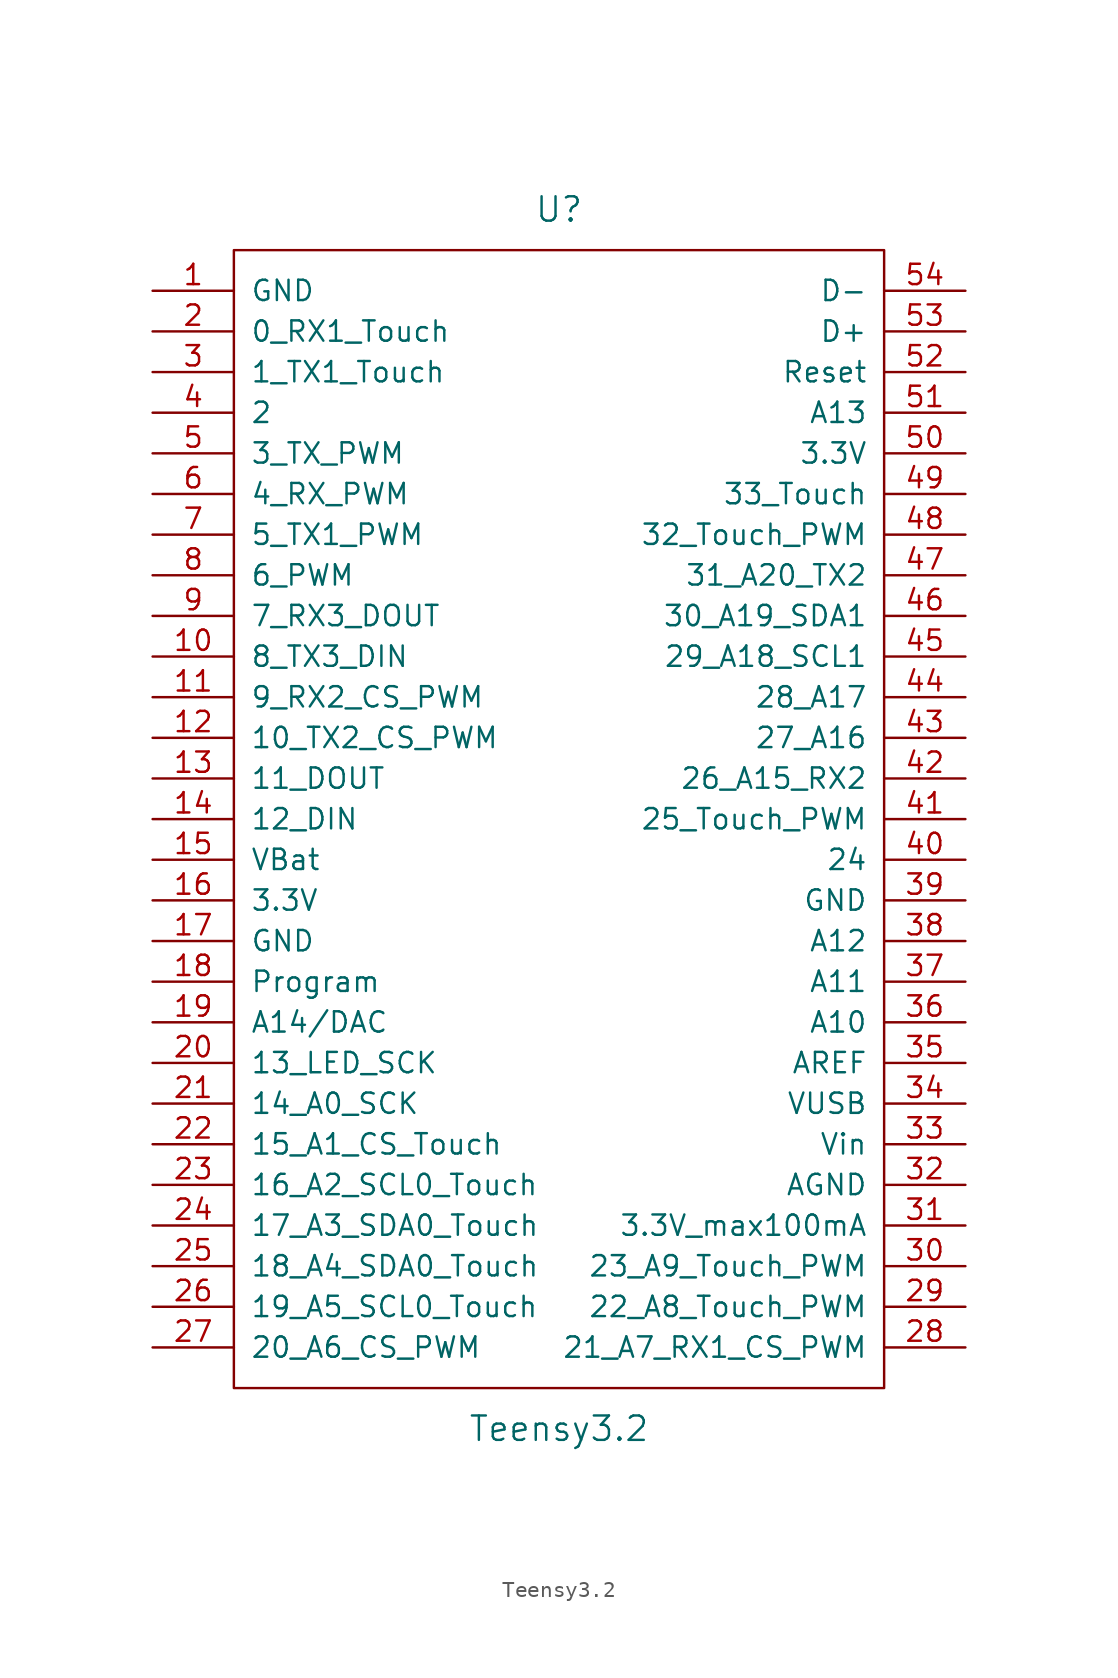
<source format=kicad_sym>
(kicad_symbol_lib
  (version 20211014)
  (generator kicad_symbol_editor)
  (symbol "Teensy3.2"
    (pin_names
      (offset 1.016))
    (property "Reference" "U"
      (at 0 38.1 0)
      (effects (font (size 1.524 1.524))))
    (property "Value" "Teensy3.2"
      (at 0 -38.1 0)
      (effects (font (size 1.524 1.524))))
    (property "Footprint" ""
      (at 0 -20.32 0)
      (effects (font (size 1.524 1.524))))
    (property "Datasheet" ""
      (at 0 -20.32 0)
      (effects (font (size 1.524 1.524))))
    (symbol "Teensy3.2_0_1"
      (rectangle (start -20.32 35.56) (end 20.32 -35.56) (stroke (width 0) (type default)) (fill (type none))))
    (symbol "Teensy3.2_1_1"
      (pin power_in line (at -25.4 33.02 0) (length 5.08) (name "GND" (effects (font (size 1.27 1.27)))) (number "1" (effects (font (size 1.27 1.27)))))
      (pin bidirectional line (at -25.4 10.16 0) (length 5.08) (name "8_TX3_DIN" (effects (font (size 1.27 1.27)))) (number "10" (effects (font (size 1.27 1.27)))))
      (pin bidirectional line (at -25.4 7.62 0) (length 5.08) (name "9_RX2_CS_PWM" (effects (font (size 1.27 1.27)))) (number "11" (effects (font (size 1.27 1.27)))))
      (pin bidirectional line (at -25.4 5.08 0) (length 5.08) (name "10_TX2_CS_PWM" (effects (font (size 1.27 1.27)))) (number "12" (effects (font (size 1.27 1.27)))))
      (pin bidirectional line (at -25.4 2.54 0) (length 5.08) (name "11_DOUT" (effects (font (size 1.27 1.27)))) (number "13" (effects (font (size 1.27 1.27)))))
      (pin bidirectional line (at -25.4 0 0) (length 5.08) (name "12_DIN" (effects (font (size 1.27 1.27)))) (number "14" (effects (font (size 1.27 1.27)))))
      (pin power_in line (at -25.4 -2.54 0) (length 5.08) (name "VBat" (effects (font (size 1.27 1.27)))) (number "15" (effects (font (size 1.27 1.27)))))
      (pin power_in line (at -25.4 -5.08 0) (length 5.08) (name "3.3V" (effects (font (size 1.27 1.27)))) (number "16" (effects (font (size 1.27 1.27)))))
      (pin power_in line (at -25.4 -7.62 0) (length 5.08) (name "GND" (effects (font (size 1.27 1.27)))) (number "17" (effects (font (size 1.27 1.27)))))
      (pin input line (at -25.4 -10.16 0) (length 5.08) (name "Program" (effects (font (size 1.27 1.27)))) (number "18" (effects (font (size 1.27 1.27)))))
      (pin bidirectional line (at -25.4 -12.7 0) (length 5.08) (name "A14/DAC" (effects (font (size 1.27 1.27)))) (number "19" (effects (font (size 1.27 1.27)))))
      (pin bidirectional line (at -25.4 30.48 0) (length 5.08) (name "0_RX1_Touch" (effects (font (size 1.27 1.27)))) (number "2" (effects (font (size 1.27 1.27)))))
      (pin bidirectional line (at -25.4 -15.24 0) (length 5.08) (name "13_LED_SCK" (effects (font (size 1.27 1.27)))) (number "20" (effects (font (size 1.27 1.27)))))
      (pin bidirectional line (at -25.4 -17.78 0) (length 5.08) (name "14_A0_SCK" (effects (font (size 1.27 1.27)))) (number "21" (effects (font (size 1.27 1.27)))))
      (pin bidirectional line (at -25.4 -20.32 0) (length 5.08) (name "15_A1_CS_Touch" (effects (font (size 1.27 1.27)))) (number "22" (effects (font (size 1.27 1.27)))))
      (pin bidirectional line (at -25.4 -22.86 0) (length 5.08) (name "16_A2_SCL0_Touch" (effects (font (size 1.27 1.27)))) (number "23" (effects (font (size 1.27 1.27)))))
      (pin bidirectional line (at -25.4 -25.4 0) (length 5.08) (name "17_A3_SDA0_Touch" (effects (font (size 1.27 1.27)))) (number "24" (effects (font (size 1.27 1.27)))))
      (pin bidirectional line (at -25.4 -27.94 0) (length 5.08) (name "18_A4_SDA0_Touch" (effects (font (size 1.27 1.27)))) (number "25" (effects (font (size 1.27 1.27)))))
      (pin bidirectional line (at -25.4 -30.48 0) (length 5.08) (name "19_A5_SCL0_Touch" (effects (font (size 1.27 1.27)))) (number "26" (effects (font (size 1.27 1.27)))))
      (pin bidirectional line (at -25.4 -33.02 0) (length 5.08) (name "20_A6_CS_PWM" (effects (font (size 1.27 1.27)))) (number "27" (effects (font (size 1.27 1.27)))))
      (pin bidirectional line (at 25.4 -33.02 180) (length 5.08) (name "21_A7_RX1_CS_PWM" (effects (font (size 1.27 1.27)))) (number "28" (effects (font (size 1.27 1.27)))))
      (pin bidirectional line (at 25.4 -30.48 180) (length 5.08) (name "22_A8_Touch_PWM" (effects (font (size 1.27 1.27)))) (number "29" (effects (font (size 1.27 1.27)))))
      (pin bidirectional line (at -25.4 27.94 0) (length 5.08) (name "1_TX1_Touch" (effects (font (size 1.27 1.27)))) (number "3" (effects (font (size 1.27 1.27)))))
      (pin bidirectional line (at 25.4 -27.94 180) (length 5.08) (name "23_A9_Touch_PWM" (effects (font (size 1.27 1.27)))) (number "30" (effects (font (size 1.27 1.27)))))
      (pin power_in line (at 25.4 -25.4 180) (length 5.08) (name "3.3V_max100mA" (effects (font (size 1.27 1.27)))) (number "31" (effects (font (size 1.27 1.27)))))
      (pin power_in line (at 25.4 -22.86 180) (length 5.08) (name "AGND" (effects (font (size 1.27 1.27)))) (number "32" (effects (font (size 1.27 1.27)))))
      (pin power_in line (at 25.4 -20.32 180) (length 5.08) (name "Vin" (effects (font (size 1.27 1.27)))) (number "33" (effects (font (size 1.27 1.27)))))
      (pin power_in line (at 25.4 -17.78 180) (length 5.08) (name "VUSB" (effects (font (size 1.27 1.27)))) (number "34" (effects (font (size 1.27 1.27)))))
      (pin input line (at 25.4 -15.24 180) (length 5.08) (name "AREF" (effects (font (size 1.27 1.27)))) (number "35" (effects (font (size 1.27 1.27)))))
      (pin bidirectional line (at 25.4 -12.7 180) (length 5.08) (name "A10" (effects (font (size 1.27 1.27)))) (number "36" (effects (font (size 1.27 1.27)))))
      (pin bidirectional line (at 25.4 -10.16 180) (length 5.08) (name "A11" (effects (font (size 1.27 1.27)))) (number "37" (effects (font (size 1.27 1.27)))))
      (pin bidirectional line (at 25.4 -7.62 180) (length 5.08) (name "A12" (effects (font (size 1.27 1.27)))) (number "38" (effects (font (size 1.27 1.27)))))
      (pin power_in line (at 25.4 -5.08 180) (length 5.08) (name "GND" (effects (font (size 1.27 1.27)))) (number "39" (effects (font (size 1.27 1.27)))))
      (pin bidirectional line (at -25.4 25.4 0) (length 5.08) (name "2" (effects (font (size 1.27 1.27)))) (number "4" (effects (font (size 1.27 1.27)))))
      (pin bidirectional line (at 25.4 -2.54 180) (length 5.08) (name "24" (effects (font (size 1.27 1.27)))) (number "40" (effects (font (size 1.27 1.27)))))
      (pin bidirectional line (at 25.4 0 180) (length 5.08) (name "25_Touch_PWM" (effects (font (size 1.27 1.27)))) (number "41" (effects (font (size 1.27 1.27)))))
      (pin bidirectional line (at 25.4 2.54 180) (length 5.08) (name "26_A15_RX2" (effects (font (size 1.27 1.27)))) (number "42" (effects (font (size 1.27 1.27)))))
      (pin bidirectional line (at 25.4 5.08 180) (length 5.08) (name "27_A16" (effects (font (size 1.27 1.27)))) (number "43" (effects (font (size 1.27 1.27)))))
      (pin bidirectional line (at 25.4 7.62 180) (length 5.08) (name "28_A17" (effects (font (size 1.27 1.27)))) (number "44" (effects (font (size 1.27 1.27)))))
      (pin bidirectional line (at 25.4 10.16 180) (length 5.08) (name "29_A18_SCL1" (effects (font (size 1.27 1.27)))) (number "45" (effects (font (size 1.27 1.27)))))
      (pin bidirectional line (at 25.4 12.7 180) (length 5.08) (name "30_A19_SDA1" (effects (font (size 1.27 1.27)))) (number "46" (effects (font (size 1.27 1.27)))))
      (pin bidirectional line (at 25.4 15.24 180) (length 5.08) (name "31_A20_TX2" (effects (font (size 1.27 1.27)))) (number "47" (effects (font (size 1.27 1.27)))))
      (pin bidirectional line (at 25.4 17.78 180) (length 5.08) (name "32_Touch_PWM" (effects (font (size 1.27 1.27)))) (number "48" (effects (font (size 1.27 1.27)))))
      (pin bidirectional line (at 25.4 20.32 180) (length 5.08) (name "33_Touch" (effects (font (size 1.27 1.27)))) (number "49" (effects (font (size 1.27 1.27)))))
      (pin bidirectional line (at -25.4 22.86 0) (length 5.08) (name "3_TX_PWM" (effects (font (size 1.27 1.27)))) (number "5" (effects (font (size 1.27 1.27)))))
      (pin power_in line (at 25.4 22.86 180) (length 5.08) (name "3.3V" (effects (font (size 1.27 1.27)))) (number "50" (effects (font (size 1.27 1.27)))))
      (pin bidirectional line (at 25.4 25.4 180) (length 5.08) (name "A13" (effects (font (size 1.27 1.27)))) (number "51" (effects (font (size 1.27 1.27)))))
      (pin input line (at 25.4 27.94 180) (length 5.08) (name "Reset" (effects (font (size 1.27 1.27)))) (number "52" (effects (font (size 1.27 1.27)))))
      (pin bidirectional line (at 25.4 30.48 180) (length 5.08) (name "D+" (effects (font (size 1.27 1.27)))) (number "53" (effects (font (size 1.27 1.27)))))
      (pin bidirectional line (at 25.4 33.02 180) (length 5.08) (name "D-" (effects (font (size 1.27 1.27)))) (number "54" (effects (font (size 1.27 1.27)))))
      (pin bidirectional line (at -25.4 20.32 0) (length 5.08) (name "4_RX_PWM" (effects (font (size 1.27 1.27)))) (number "6" (effects (font (size 1.27 1.27)))))
      (pin bidirectional line (at -25.4 17.78 0) (length 5.08) (name "5_TX1_PWM" (effects (font (size 1.27 1.27)))) (number "7" (effects (font (size 1.27 1.27)))))
      (pin bidirectional line (at -25.4 15.24 0) (length 5.08) (name "6_PWM" (effects (font (size 1.27 1.27)))) (number "8" (effects (font (size 1.27 1.27)))))
      (pin bidirectional line (at -25.4 12.7 0) (length 5.08) (name "7_RX3_DOUT" (effects (font (size 1.27 1.27)))) (number "9" (effects (font (size 1.27 1.27))))))))
</source>
